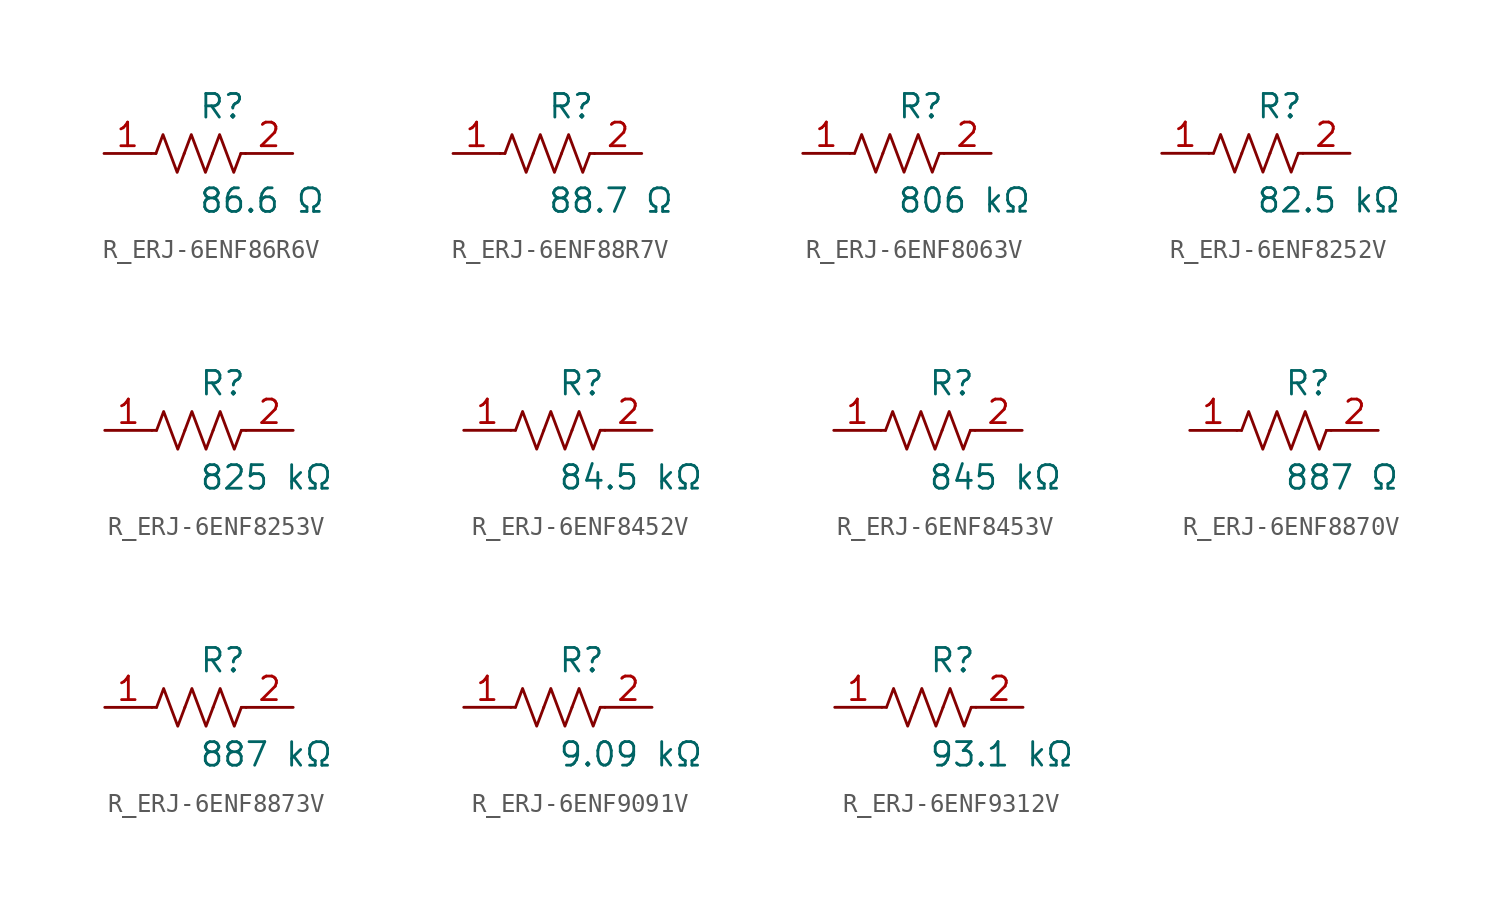
<source format=kicad_sym>
(kicad_symbol_lib
  (version 20231120)
  (generator kicad_symbol_editor)
  (generator_version 8.0)
  (symbol "R_ERJ-6ENF86R6V"
    (pin_names
      (offset 0.254))
    (property "Reference" "R"
      (at 0.0 2.54 0)
      (effects (font (size 1.27 1.27)) (justify left)))
    (property "Value" "86.6 Ω"
      (at 0.0 -2.54 0)
      (effects (font (size 1.27 1.27)) (justify left)))
    (symbol "R_ERJ-6ENF86R6V_0_1"
      (polyline (pts (xy 2.286 0) (xy 2.54 0)) (stroke (width 0) (type default)) (fill (type none)))
      (polyline (pts (xy -2.286 0) (xy -2.54 0)) (stroke (width 0) (type default)) (fill (type none)))
      (polyline (pts (xy 0.762 0) (xy 1.143 1.016) (xy 1.524 0) (xy 1.905 -1.016) (xy 2.286 0)) (stroke (width 0) (type default)) (fill (type none)))
      (polyline (pts (xy -0.762 0) (xy -0.381 1.016) (xy 0 0) (xy 0.381 -1.016) (xy 0.762 0)) (stroke (width 0) (type default)) (fill (type none)))
      (polyline (pts (xy -2.286 0) (xy -1.905 1.016) (xy -1.524 0) (xy -1.143 -1.016) (xy -0.762 0)) (stroke (width 0) (type default)) (fill (type none))))
    (pin unspecified line
      (at -5.08 0 0)
      (length 2.54)
      (name "" (effects (font (size 1.27 1.27))))
      (number "1" (effects (font (size 1.27 1.27)))))
    (pin unspecified line
      (at 5.08 0 180)
      (length 2.54)
      (name "" (effects (font (size 1.27 1.27))))
      (number "2" (effects (font (size 1.27 1.27))))))
  (symbol "R_ERJ-6ENF88R7V"
    (pin_names
      (offset 0.254))
    (property "Reference" "R"
      (at 0.0 2.54 0)
      (effects (font (size 1.27 1.27)) (justify left)))
    (property "Value" "88.7 Ω"
      (at 0.0 -2.54 0)
      (effects (font (size 1.27 1.27)) (justify left)))
    (symbol "R_ERJ-6ENF88R7V_0_1"
      (polyline (pts (xy 2.286 0) (xy 2.54 0)) (stroke (width 0) (type default)) (fill (type none)))
      (polyline (pts (xy -2.286 0) (xy -2.54 0)) (stroke (width 0) (type default)) (fill (type none)))
      (polyline (pts (xy 0.762 0) (xy 1.143 1.016) (xy 1.524 0) (xy 1.905 -1.016) (xy 2.286 0)) (stroke (width 0) (type default)) (fill (type none)))
      (polyline (pts (xy -0.762 0) (xy -0.381 1.016) (xy 0 0) (xy 0.381 -1.016) (xy 0.762 0)) (stroke (width 0) (type default)) (fill (type none)))
      (polyline (pts (xy -2.286 0) (xy -1.905 1.016) (xy -1.524 0) (xy -1.143 -1.016) (xy -0.762 0)) (stroke (width 0) (type default)) (fill (type none))))
    (pin unspecified line
      (at -5.08 0 0)
      (length 2.54)
      (name "" (effects (font (size 1.27 1.27))))
      (number "1" (effects (font (size 1.27 1.27)))))
    (pin unspecified line
      (at 5.08 0 180)
      (length 2.54)
      (name "" (effects (font (size 1.27 1.27))))
      (number "2" (effects (font (size 1.27 1.27))))))
  (symbol "R_ERJ-6ENF8063V"
    (pin_names
      (offset 0.254))
    (property "Reference" "R"
      (at 0.0 2.54 0)
      (effects (font (size 1.27 1.27)) (justify left)))
    (property "Value" "806 kΩ"
      (at 0.0 -2.54 0)
      (effects (font (size 1.27 1.27)) (justify left)))
    (symbol "R_ERJ-6ENF8063V_0_1"
      (polyline (pts (xy 2.286 0) (xy 2.54 0)) (stroke (width 0) (type default)) (fill (type none)))
      (polyline (pts (xy -2.286 0) (xy -2.54 0)) (stroke (width 0) (type default)) (fill (type none)))
      (polyline (pts (xy 0.762 0) (xy 1.143 1.016) (xy 1.524 0) (xy 1.905 -1.016) (xy 2.286 0)) (stroke (width 0) (type default)) (fill (type none)))
      (polyline (pts (xy -0.762 0) (xy -0.381 1.016) (xy 0 0) (xy 0.381 -1.016) (xy 0.762 0)) (stroke (width 0) (type default)) (fill (type none)))
      (polyline (pts (xy -2.286 0) (xy -1.905 1.016) (xy -1.524 0) (xy -1.143 -1.016) (xy -0.762 0)) (stroke (width 0) (type default)) (fill (type none))))
    (pin unspecified line
      (at -5.08 0 0)
      (length 2.54)
      (name "" (effects (font (size 1.27 1.27))))
      (number "1" (effects (font (size 1.27 1.27)))))
    (pin unspecified line
      (at 5.08 0 180)
      (length 2.54)
      (name "" (effects (font (size 1.27 1.27))))
      (number "2" (effects (font (size 1.27 1.27))))))
  (symbol "R_ERJ-6ENF8252V"
    (pin_names
      (offset 0.254))
    (property "Reference" "R"
      (at 0.0 2.54 0)
      (effects (font (size 1.27 1.27)) (justify left)))
    (property "Value" "82.5 kΩ"
      (at 0.0 -2.54 0)
      (effects (font (size 1.27 1.27)) (justify left)))
    (symbol "R_ERJ-6ENF8252V_0_1"
      (polyline (pts (xy 2.286 0) (xy 2.54 0)) (stroke (width 0) (type default)) (fill (type none)))
      (polyline (pts (xy -2.286 0) (xy -2.54 0)) (stroke (width 0) (type default)) (fill (type none)))
      (polyline (pts (xy 0.762 0) (xy 1.143 1.016) (xy 1.524 0) (xy 1.905 -1.016) (xy 2.286 0)) (stroke (width 0) (type default)) (fill (type none)))
      (polyline (pts (xy -0.762 0) (xy -0.381 1.016) (xy 0 0) (xy 0.381 -1.016) (xy 0.762 0)) (stroke (width 0) (type default)) (fill (type none)))
      (polyline (pts (xy -2.286 0) (xy -1.905 1.016) (xy -1.524 0) (xy -1.143 -1.016) (xy -0.762 0)) (stroke (width 0) (type default)) (fill (type none))))
    (pin unspecified line
      (at -5.08 0 0)
      (length 2.54)
      (name "" (effects (font (size 1.27 1.27))))
      (number "1" (effects (font (size 1.27 1.27)))))
    (pin unspecified line
      (at 5.08 0 180)
      (length 2.54)
      (name "" (effects (font (size 1.27 1.27))))
      (number "2" (effects (font (size 1.27 1.27))))))
  (symbol "R_ERJ-6ENF8253V"
    (pin_names
      (offset 0.254))
    (property "Reference" "R"
      (at 0.0 2.54 0)
      (effects (font (size 1.27 1.27)) (justify left)))
    (property "Value" "825 kΩ"
      (at 0.0 -2.54 0)
      (effects (font (size 1.27 1.27)) (justify left)))
    (symbol "R_ERJ-6ENF8253V_0_1"
      (polyline (pts (xy 2.286 0) (xy 2.54 0)) (stroke (width 0) (type default)) (fill (type none)))
      (polyline (pts (xy -2.286 0) (xy -2.54 0)) (stroke (width 0) (type default)) (fill (type none)))
      (polyline (pts (xy 0.762 0) (xy 1.143 1.016) (xy 1.524 0) (xy 1.905 -1.016) (xy 2.286 0)) (stroke (width 0) (type default)) (fill (type none)))
      (polyline (pts (xy -0.762 0) (xy -0.381 1.016) (xy 0 0) (xy 0.381 -1.016) (xy 0.762 0)) (stroke (width 0) (type default)) (fill (type none)))
      (polyline (pts (xy -2.286 0) (xy -1.905 1.016) (xy -1.524 0) (xy -1.143 -1.016) (xy -0.762 0)) (stroke (width 0) (type default)) (fill (type none))))
    (pin unspecified line
      (at -5.08 0 0)
      (length 2.54)
      (name "" (effects (font (size 1.27 1.27))))
      (number "1" (effects (font (size 1.27 1.27)))))
    (pin unspecified line
      (at 5.08 0 180)
      (length 2.54)
      (name "" (effects (font (size 1.27 1.27))))
      (number "2" (effects (font (size 1.27 1.27))))))
  (symbol "R_ERJ-6ENF8452V"
    (pin_names
      (offset 0.254))
    (property "Reference" "R"
      (at 0.0 2.54 0)
      (effects (font (size 1.27 1.27)) (justify left)))
    (property "Value" "84.5 kΩ"
      (at 0.0 -2.54 0)
      (effects (font (size 1.27 1.27)) (justify left)))
    (symbol "R_ERJ-6ENF8452V_0_1"
      (polyline (pts (xy 2.286 0) (xy 2.54 0)) (stroke (width 0) (type default)) (fill (type none)))
      (polyline (pts (xy -2.286 0) (xy -2.54 0)) (stroke (width 0) (type default)) (fill (type none)))
      (polyline (pts (xy 0.762 0) (xy 1.143 1.016) (xy 1.524 0) (xy 1.905 -1.016) (xy 2.286 0)) (stroke (width 0) (type default)) (fill (type none)))
      (polyline (pts (xy -0.762 0) (xy -0.381 1.016) (xy 0 0) (xy 0.381 -1.016) (xy 0.762 0)) (stroke (width 0) (type default)) (fill (type none)))
      (polyline (pts (xy -2.286 0) (xy -1.905 1.016) (xy -1.524 0) (xy -1.143 -1.016) (xy -0.762 0)) (stroke (width 0) (type default)) (fill (type none))))
    (pin unspecified line
      (at -5.08 0 0)
      (length 2.54)
      (name "" (effects (font (size 1.27 1.27))))
      (number "1" (effects (font (size 1.27 1.27)))))
    (pin unspecified line
      (at 5.08 0 180)
      (length 2.54)
      (name "" (effects (font (size 1.27 1.27))))
      (number "2" (effects (font (size 1.27 1.27))))))
  (symbol "R_ERJ-6ENF8453V"
    (pin_names
      (offset 0.254))
    (property "Reference" "R"
      (at 0.0 2.54 0)
      (effects (font (size 1.27 1.27)) (justify left)))
    (property "Value" "845 kΩ"
      (at 0.0 -2.54 0)
      (effects (font (size 1.27 1.27)) (justify left)))
    (symbol "R_ERJ-6ENF8453V_0_1"
      (polyline (pts (xy 2.286 0) (xy 2.54 0)) (stroke (width 0) (type default)) (fill (type none)))
      (polyline (pts (xy -2.286 0) (xy -2.54 0)) (stroke (width 0) (type default)) (fill (type none)))
      (polyline (pts (xy 0.762 0) (xy 1.143 1.016) (xy 1.524 0) (xy 1.905 -1.016) (xy 2.286 0)) (stroke (width 0) (type default)) (fill (type none)))
      (polyline (pts (xy -0.762 0) (xy -0.381 1.016) (xy 0 0) (xy 0.381 -1.016) (xy 0.762 0)) (stroke (width 0) (type default)) (fill (type none)))
      (polyline (pts (xy -2.286 0) (xy -1.905 1.016) (xy -1.524 0) (xy -1.143 -1.016) (xy -0.762 0)) (stroke (width 0) (type default)) (fill (type none))))
    (pin unspecified line
      (at -5.08 0 0)
      (length 2.54)
      (name "" (effects (font (size 1.27 1.27))))
      (number "1" (effects (font (size 1.27 1.27)))))
    (pin unspecified line
      (at 5.08 0 180)
      (length 2.54)
      (name "" (effects (font (size 1.27 1.27))))
      (number "2" (effects (font (size 1.27 1.27))))))
  (symbol "R_ERJ-6ENF8870V"
    (pin_names
      (offset 0.254))
    (property "Reference" "R"
      (at 0.0 2.54 0)
      (effects (font (size 1.27 1.27)) (justify left)))
    (property "Value" "887 Ω"
      (at 0.0 -2.54 0)
      (effects (font (size 1.27 1.27)) (justify left)))
    (symbol "R_ERJ-6ENF8870V_0_1"
      (polyline (pts (xy 2.286 0) (xy 2.54 0)) (stroke (width 0) (type default)) (fill (type none)))
      (polyline (pts (xy -2.286 0) (xy -2.54 0)) (stroke (width 0) (type default)) (fill (type none)))
      (polyline (pts (xy 0.762 0) (xy 1.143 1.016) (xy 1.524 0) (xy 1.905 -1.016) (xy 2.286 0)) (stroke (width 0) (type default)) (fill (type none)))
      (polyline (pts (xy -0.762 0) (xy -0.381 1.016) (xy 0 0) (xy 0.381 -1.016) (xy 0.762 0)) (stroke (width 0) (type default)) (fill (type none)))
      (polyline (pts (xy -2.286 0) (xy -1.905 1.016) (xy -1.524 0) (xy -1.143 -1.016) (xy -0.762 0)) (stroke (width 0) (type default)) (fill (type none))))
    (pin unspecified line
      (at -5.08 0 0)
      (length 2.54)
      (name "" (effects (font (size 1.27 1.27))))
      (number "1" (effects (font (size 1.27 1.27)))))
    (pin unspecified line
      (at 5.08 0 180)
      (length 2.54)
      (name "" (effects (font (size 1.27 1.27))))
      (number "2" (effects (font (size 1.27 1.27))))))
  (symbol "R_ERJ-6ENF8873V"
    (pin_names
      (offset 0.254))
    (property "Reference" "R"
      (at 0.0 2.54 0)
      (effects (font (size 1.27 1.27)) (justify left)))
    (property "Value" "887 kΩ"
      (at 0.0 -2.54 0)
      (effects (font (size 1.27 1.27)) (justify left)))
    (symbol "R_ERJ-6ENF8873V_0_1"
      (polyline (pts (xy 2.286 0) (xy 2.54 0)) (stroke (width 0) (type default)) (fill (type none)))
      (polyline (pts (xy -2.286 0) (xy -2.54 0)) (stroke (width 0) (type default)) (fill (type none)))
      (polyline (pts (xy 0.762 0) (xy 1.143 1.016) (xy 1.524 0) (xy 1.905 -1.016) (xy 2.286 0)) (stroke (width 0) (type default)) (fill (type none)))
      (polyline (pts (xy -0.762 0) (xy -0.381 1.016) (xy 0 0) (xy 0.381 -1.016) (xy 0.762 0)) (stroke (width 0) (type default)) (fill (type none)))
      (polyline (pts (xy -2.286 0) (xy -1.905 1.016) (xy -1.524 0) (xy -1.143 -1.016) (xy -0.762 0)) (stroke (width 0) (type default)) (fill (type none))))
    (pin unspecified line
      (at -5.08 0 0)
      (length 2.54)
      (name "" (effects (font (size 1.27 1.27))))
      (number "1" (effects (font (size 1.27 1.27)))))
    (pin unspecified line
      (at 5.08 0 180)
      (length 2.54)
      (name "" (effects (font (size 1.27 1.27))))
      (number "2" (effects (font (size 1.27 1.27))))))
  (symbol "R_ERJ-6ENF9091V"
    (pin_names
      (offset 0.254))
    (property "Reference" "R"
      (at 0.0 2.54 0)
      (effects (font (size 1.27 1.27)) (justify left)))
    (property "Value" "9.09 kΩ"
      (at 0.0 -2.54 0)
      (effects (font (size 1.27 1.27)) (justify left)))
    (symbol "R_ERJ-6ENF9091V_0_1"
      (polyline (pts (xy 2.286 0) (xy 2.54 0)) (stroke (width 0) (type default)) (fill (type none)))
      (polyline (pts (xy -2.286 0) (xy -2.54 0)) (stroke (width 0) (type default)) (fill (type none)))
      (polyline (pts (xy 0.762 0) (xy 1.143 1.016) (xy 1.524 0) (xy 1.905 -1.016) (xy 2.286 0)) (stroke (width 0) (type default)) (fill (type none)))
      (polyline (pts (xy -0.762 0) (xy -0.381 1.016) (xy 0 0) (xy 0.381 -1.016) (xy 0.762 0)) (stroke (width 0) (type default)) (fill (type none)))
      (polyline (pts (xy -2.286 0) (xy -1.905 1.016) (xy -1.524 0) (xy -1.143 -1.016) (xy -0.762 0)) (stroke (width 0) (type default)) (fill (type none))))
    (pin unspecified line
      (at -5.08 0 0)
      (length 2.54)
      (name "" (effects (font (size 1.27 1.27))))
      (number "1" (effects (font (size 1.27 1.27)))))
    (pin unspecified line
      (at 5.08 0 180)
      (length 2.54)
      (name "" (effects (font (size 1.27 1.27))))
      (number "2" (effects (font (size 1.27 1.27))))))
  (symbol "R_ERJ-6ENF9312V"
    (pin_names
      (offset 0.254))
    (property "Reference" "R"
      (at 0.0 2.54 0)
      (effects (font (size 1.27 1.27)) (justify left)))
    (property "Value" "93.1 kΩ"
      (at 0.0 -2.54 0)
      (effects (font (size 1.27 1.27)) (justify left)))
    (symbol "R_ERJ-6ENF9312V_0_1"
      (polyline (pts (xy 2.286 0) (xy 2.54 0)) (stroke (width 0) (type default)) (fill (type none)))
      (polyline (pts (xy -2.286 0) (xy -2.54 0)) (stroke (width 0) (type default)) (fill (type none)))
      (polyline (pts (xy 0.762 0) (xy 1.143 1.016) (xy 1.524 0) (xy 1.905 -1.016) (xy 2.286 0)) (stroke (width 0) (type default)) (fill (type none)))
      (polyline (pts (xy -0.762 0) (xy -0.381 1.016) (xy 0 0) (xy 0.381 -1.016) (xy 0.762 0)) (stroke (width 0) (type default)) (fill (type none)))
      (polyline (pts (xy -2.286 0) (xy -1.905 1.016) (xy -1.524 0) (xy -1.143 -1.016) (xy -0.762 0)) (stroke (width 0) (type default)) (fill (type none))))
    (pin unspecified line
      (at -5.08 0 0)
      (length 2.54)
      (name "" (effects (font (size 1.27 1.27))))
      (number "1" (effects (font (size 1.27 1.27)))))
    (pin unspecified line
      (at 5.08 0 180)
      (length 2.54)
      (name "" (effects (font (size 1.27 1.27))))
      (number "2" (effects (font (size 1.27 1.27)))))))
</source>
